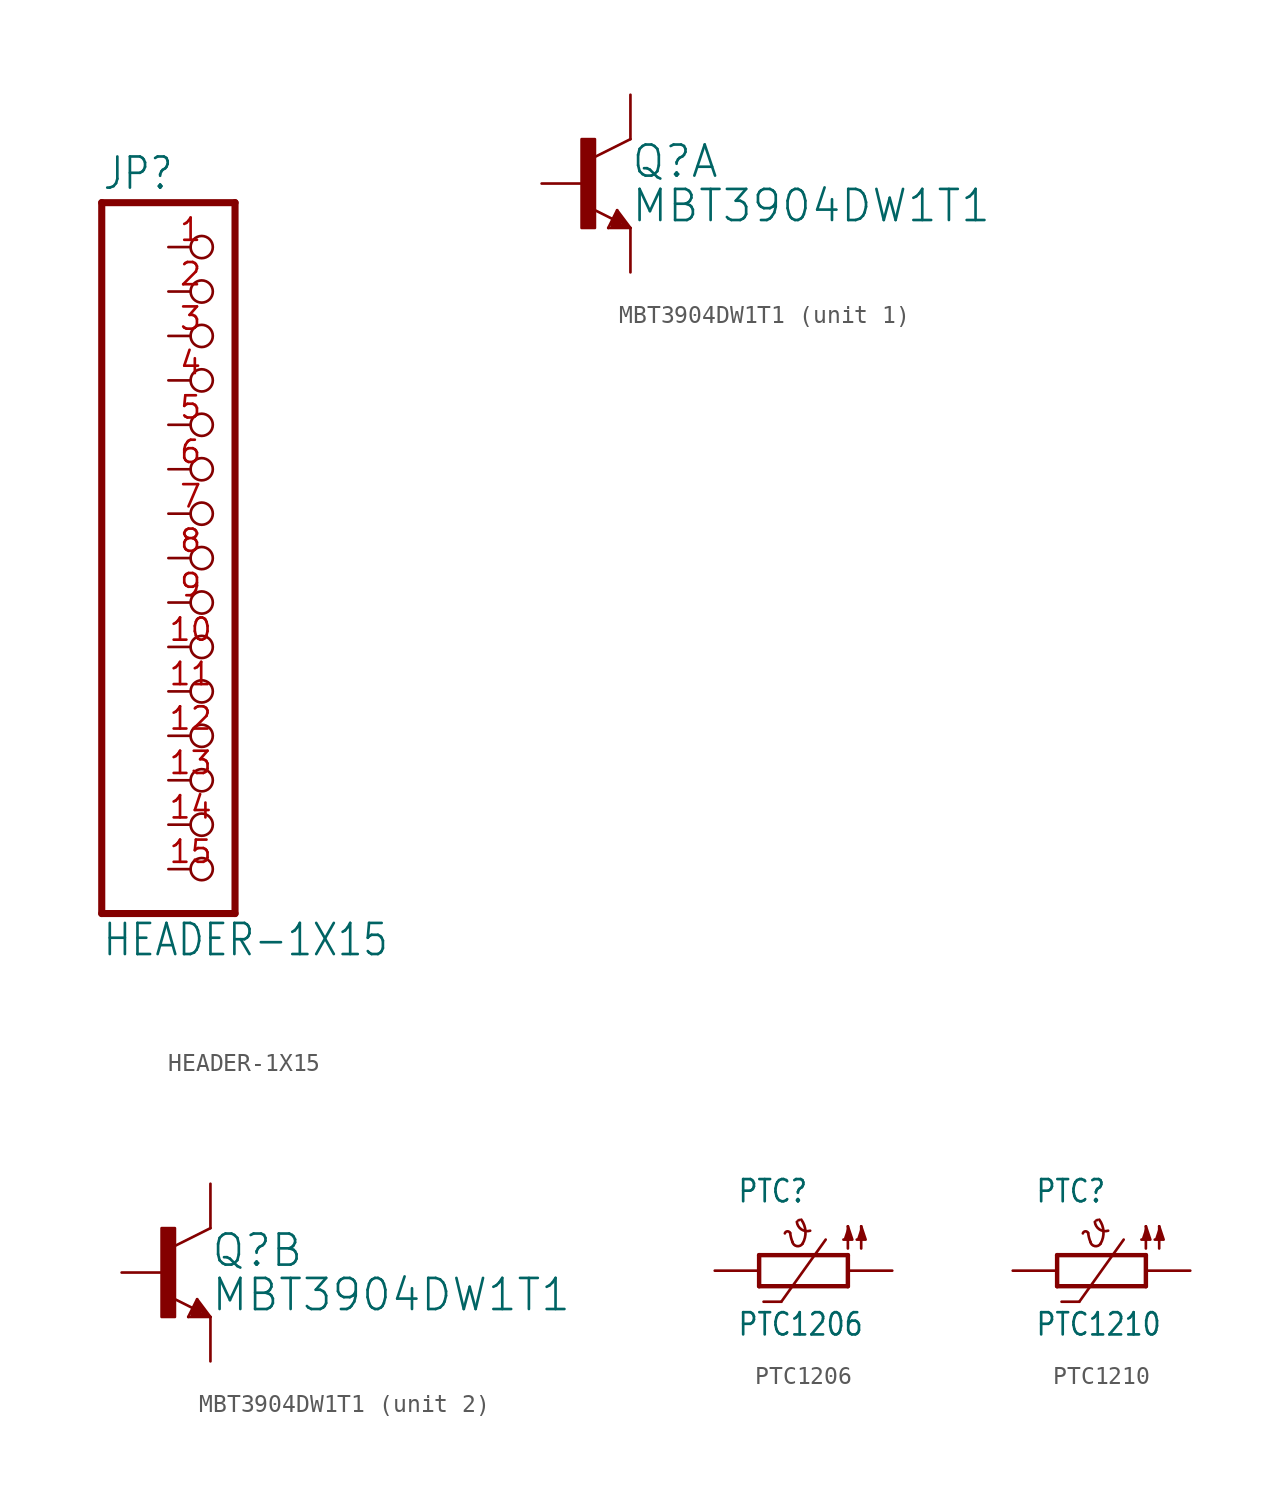
<source format=kicad_sym>
(kicad_symbol_lib
  (version 20211014)
  (generator kicad_symbol_editor)
  (symbol "HEADER-1X15"
    (property "Reference" "JP"
      (at -6.35 20.955 0)
      (effects (font (size 1.778 1.511)) (justify left bottom)))
    (property "Value" "HEADER-1X15"
      (at -6.35 -22.86 0)
      (effects (font (size 1.778 1.511)) (justify left bottom)))
    (property "ki_locked" ""
      (at 0 0 0)
      (effects (font (size 1.27 1.27))))
    (symbol "HEADER-1X15_1_0"
      (polyline (pts (xy -6.35 -20.32) (xy 1.27 -20.32)) (stroke (width 0.406) (type default) (color 0 0 0 0)) (fill (type none)))
      (polyline (pts (xy -6.35 20.32) (xy -6.35 -20.32)) (stroke (width 0.406) (type default) (color 0 0 0 0)) (fill (type none)))
      (polyline (pts (xy 1.27 -20.32) (xy 1.27 20.32)) (stroke (width 0.406) (type default) (color 0 0 0 0)) (fill (type none)))
      (polyline (pts (xy 1.27 20.32) (xy -6.35 20.32)) (stroke (width 0.406) (type default) (color 0 0 0 0)) (fill (type none)))
      (pin passive inverted (at -2.54 17.78 0) (length 2.54) (name "1" (effects (font (size 0 0)))) (number "1" (effects (font (size 1.27 1.27)))))
      (pin passive inverted (at -2.54 -5.08 0) (length 2.54) (name "10" (effects (font (size 0 0)))) (number "10" (effects (font (size 1.27 1.27)))))
      (pin passive inverted (at -2.54 -7.62 0) (length 2.54) (name "11" (effects (font (size 0 0)))) (number "11" (effects (font (size 1.27 1.27)))))
      (pin passive inverted (at -2.54 -10.16 0) (length 2.54) (name "12" (effects (font (size 0 0)))) (number "12" (effects (font (size 1.27 1.27)))))
      (pin passive inverted (at -2.54 -12.7 0) (length 2.54) (name "13" (effects (font (size 0 0)))) (number "13" (effects (font (size 1.27 1.27)))))
      (pin passive inverted (at -2.54 -15.24 0) (length 2.54) (name "14" (effects (font (size 0 0)))) (number "14" (effects (font (size 1.27 1.27)))))
      (pin passive inverted (at -2.54 -17.78 0) (length 2.54) (name "15" (effects (font (size 0 0)))) (number "15" (effects (font (size 1.27 1.27)))))
      (pin passive inverted (at -2.54 15.24 0) (length 2.54) (name "2" (effects (font (size 0 0)))) (number "2" (effects (font (size 1.27 1.27)))))
      (pin passive inverted (at -2.54 12.7 0) (length 2.54) (name "3" (effects (font (size 0 0)))) (number "3" (effects (font (size 1.27 1.27)))))
      (pin passive inverted (at -2.54 10.16 0) (length 2.54) (name "4" (effects (font (size 0 0)))) (number "4" (effects (font (size 1.27 1.27)))))
      (pin passive inverted (at -2.54 7.62 0) (length 2.54) (name "5" (effects (font (size 0 0)))) (number "5" (effects (font (size 1.27 1.27)))))
      (pin passive inverted (at -2.54 5.08 0) (length 2.54) (name "6" (effects (font (size 0 0)))) (number "6" (effects (font (size 1.27 1.27)))))
      (pin passive inverted (at -2.54 2.54 0) (length 2.54) (name "7" (effects (font (size 0 0)))) (number "7" (effects (font (size 1.27 1.27)))))
      (pin passive inverted (at -2.54 0 0) (length 2.54) (name "8" (effects (font (size 0 0)))) (number "8" (effects (font (size 1.27 1.27)))))
      (pin passive inverted (at -2.54 -2.54 0) (length 2.54) (name "9" (effects (font (size 0 0)))) (number "9" (effects (font (size 1.27 1.27)))))))
  (symbol "MBT3904DW1T1"
    (property "Reference" "Q"
      (at 2.54 1.27 0)
      (effects (font (size 1.778 1.778)) (justify left)))
    (property "Value" "MBT3904DW1T1"
      (at 2.54 -1.27 0)
      (effects (font (size 1.778 1.778)) (justify left)))
    (property "ki_locked" ""
      (at 0 0 0)
      (effects (font (size 1.27 1.27))))
    (symbol "MBT3904DW1T1_1_0"
      (rectangle (start -0.254 -2.54) (end 0.508 2.54) (stroke (width 0) (type default) (color 0 0 0 0)) (fill (type outline)))
      (polyline (pts (xy 1.27 -2.54) (xy 1.778 -1.524)) (stroke (width 0.152) (type default) (color 0 0 0 0)) (fill (type none)))
      (polyline (pts (xy 1.524 -2.413) (xy 2.286 -2.413)) (stroke (width 0.254) (type default) (color 0 0 0 0)) (fill (type none)))
      (polyline (pts (xy 1.524 -2.286) (xy 1.905 -2.286)) (stroke (width 0.254) (type default) (color 0 0 0 0)) (fill (type none)))
      (polyline (pts (xy 1.54 -2.04) (xy 0.308 -1.424)) (stroke (width 0.152) (type default) (color 0 0 0 0)) (fill (type none)))
      (polyline (pts (xy 1.778 -1.778) (xy 1.524 -2.286)) (stroke (width 0.254) (type default) (color 0 0 0 0)) (fill (type none)))
      (polyline (pts (xy 1.778 -1.524) (xy 2.54 -2.54)) (stroke (width 0.152) (type default) (color 0 0 0 0)) (fill (type none)))
      (polyline (pts (xy 1.905 -2.286) (xy 1.778 -2.032)) (stroke (width 0.254) (type default) (color 0 0 0 0)) (fill (type none)))
      (polyline (pts (xy 2.286 -2.413) (xy 1.778 -1.778)) (stroke (width 0.254) (type default) (color 0 0 0 0)) (fill (type none)))
      (polyline (pts (xy 2.54 -2.54) (xy 1.27 -2.54)) (stroke (width 0.152) (type default) (color 0 0 0 0)) (fill (type none)))
      (polyline (pts (xy 2.54 2.54) (xy 0.508 1.524)) (stroke (width 0.152) (type default) (color 0 0 0 0)) (fill (type none)))
      (pin passive line (at 2.54 5.08 270) (length 2.54) (name "C" (effects (font (size 0 0)))) (number "3" (effects (font (size 0 0)))))
      (pin passive line (at 2.54 -5.08 90) (length 2.54) (name "E" (effects (font (size 0 0)))) (number "4" (effects (font (size 0 0)))))
      (pin passive line (at -2.54 0 0) (length 2.54) (name "B" (effects (font (size 0 0)))) (number "5" (effects (font (size 0 0))))))
    (symbol "MBT3904DW1T1_2_0"
      (rectangle (start -0.254 -2.54) (end 0.508 2.54) (stroke (width 0) (type default) (color 0 0 0 0)) (fill (type outline)))
      (polyline (pts (xy 1.27 -2.54) (xy 1.778 -1.524)) (stroke (width 0.152) (type default) (color 0 0 0 0)) (fill (type none)))
      (polyline (pts (xy 1.524 -2.413) (xy 2.286 -2.413)) (stroke (width 0.254) (type default) (color 0 0 0 0)) (fill (type none)))
      (polyline (pts (xy 1.524 -2.286) (xy 1.905 -2.286)) (stroke (width 0.254) (type default) (color 0 0 0 0)) (fill (type none)))
      (polyline (pts (xy 1.54 -2.04) (xy 0.308 -1.424)) (stroke (width 0.152) (type default) (color 0 0 0 0)) (fill (type none)))
      (polyline (pts (xy 1.778 -1.778) (xy 1.524 -2.286)) (stroke (width 0.254) (type default) (color 0 0 0 0)) (fill (type none)))
      (polyline (pts (xy 1.778 -1.524) (xy 2.54 -2.54)) (stroke (width 0.152) (type default) (color 0 0 0 0)) (fill (type none)))
      (polyline (pts (xy 1.905 -2.286) (xy 1.778 -2.032)) (stroke (width 0.254) (type default) (color 0 0 0 0)) (fill (type none)))
      (polyline (pts (xy 2.286 -2.413) (xy 1.778 -1.778)) (stroke (width 0.254) (type default) (color 0 0 0 0)) (fill (type none)))
      (polyline (pts (xy 2.54 -2.54) (xy 1.27 -2.54)) (stroke (width 0.152) (type default) (color 0 0 0 0)) (fill (type none)))
      (polyline (pts (xy 2.54 2.54) (xy 0.508 1.524)) (stroke (width 0.152) (type default) (color 0 0 0 0)) (fill (type none)))
      (pin passive line (at 2.54 -5.08 90) (length 2.54) (name "E" (effects (font (size 0 0)))) (number "1" (effects (font (size 0 0)))))
      (pin passive line (at -2.54 0 0) (length 2.54) (name "B" (effects (font (size 0 0)))) (number "2" (effects (font (size 0 0)))))
      (pin passive line (at 2.54 5.08 270) (length 2.54) (name "C" (effects (font (size 0 0)))) (number "6" (effects (font (size 0 0)))))))
  (symbol "PTC1206"
    (property "Reference" "PTC"
      (at -3.81 3.81 0)
      (effects (font (size 1.27 1.079)) (justify left bottom)))
    (property "Value" "PTC1206"
      (at -3.81 -3.81 0)
      (effects (font (size 1.27 1.079)) (justify left bottom)))
    (property "ki_locked" ""
      (at 0 0 0)
      (effects (font (size 1.27 1.27))))
    (symbol "PTC1206_1_0"
      (arc (start -0.762 2.159) (mid -0.9236 2.2564) (end -1.0668 2.1336) (stroke (width 0.1524) (type default) (color 0 0 0 0)) (fill (type none)))
      (arc (start -0.762 2.159) (mid -0.7166 1.9005) (end -0.635 1.651) (stroke (width 0.1524) (type default) (color 0 0 0 0)) (fill (type none)))
      (arc (start -0.635 1.651) (mid -0.3771 1.4038) (end -0.0508 1.5494) (stroke (width 0.1524) (type default) (color 0 0 0 0)) (fill (type none)))
      (arc (start -0.381 2.794) (mid -0.1187 2.3619) (end 0.381 2.286) (stroke (width 0.1524) (type default) (color 0 0 0 0)) (fill (type none)))
      (arc (start -0.1264 2.9217) (mid -0.2986 2.9466) (end -0.3819 2.7939) (stroke (width 0.0001) (type default) (color 0 0 0 0)) (fill (type outline)))
      (arc (start -0.0508 1.5494) (mid 0.1132 2.2464) (end -0.127 2.921) (stroke (width 0.1524) (type default) (color 0 0 0 0)) (fill (type none)))
      (polyline (pts (xy -2.54 -0.889) (xy 2.54 -0.889)) (stroke (width 0.254) (type default) (color 0 0 0 0)) (fill (type none)))
      (polyline (pts (xy -2.54 0.889) (xy -2.54 -0.889)) (stroke (width 0.254) (type default) (color 0 0 0 0)) (fill (type none)))
      (polyline (pts (xy -1.27 -1.778) (xy -2.286 -1.778)) (stroke (width 0.152) (type default) (color 0 0 0 0)) (fill (type none)))
      (polyline (pts (xy 1.27 1.778) (xy -1.27 -1.778)) (stroke (width 0.152) (type default) (color 0 0 0 0)) (fill (type none)))
      (polyline (pts (xy 2.54 0.889) (xy -2.54 0.889)) (stroke (width 0.254) (type default) (color 0 0 0 0)) (fill (type none)))
      (polyline (pts (xy 2.54 0.889) (xy 2.54 -0.889)) (stroke (width 0.254) (type default) (color 0 0 0 0)) (fill (type none)))
      (polyline (pts (xy 2.54 2.54) (xy 2.54 1.27)) (stroke (width 0.152) (type default) (color 0 0 0 0)) (fill (type none)))
      (polyline (pts (xy 3.302 2.54) (xy 3.302 1.27)) (stroke (width 0.152) (type default) (color 0 0 0 0)) (fill (type none)))
      (polyline (pts (xy 2.54 2.54) (xy 2.794 1.778) (xy 2.286 1.778)) (stroke (width 0) (type default) (color 0 0 0 0)) (fill (type outline)))
      (polyline (pts (xy 3.302 2.54) (xy 3.556 1.778) (xy 3.048 1.778)) (stroke (width 0) (type default) (color 0 0 0 0)) (fill (type outline)))
      (pin passive line (at 5.08 0 180) (length 2.54) (name "1" (effects (font (size 0 0)))) (number "1" (effects (font (size 0 0)))))
      (pin passive line (at -5.08 0 0) (length 2.54) (name "2" (effects (font (size 0 0)))) (number "2" (effects (font (size 0 0)))))))
  (symbol "PTC1210"
    (property "Reference" "PTC"
      (at -3.81 3.81 0)
      (effects (font (size 1.27 1.079)) (justify left bottom)))
    (property "Value" "PTC1210"
      (at -3.81 -3.81 0)
      (effects (font (size 1.27 1.079)) (justify left bottom)))
    (property "ki_locked" ""
      (at 0 0 0)
      (effects (font (size 1.27 1.27))))
    (symbol "PTC1210_1_0"
      (arc (start -0.762 2.159) (mid -0.9236 2.2564) (end -1.0668 2.1336) (stroke (width 0.1524) (type default) (color 0 0 0 0)) (fill (type none)))
      (arc (start -0.762 2.159) (mid -0.7166 1.9005) (end -0.635 1.651) (stroke (width 0.1524) (type default) (color 0 0 0 0)) (fill (type none)))
      (arc (start -0.635 1.651) (mid -0.3771 1.4038) (end -0.0508 1.5494) (stroke (width 0.1524) (type default) (color 0 0 0 0)) (fill (type none)))
      (arc (start -0.381 2.794) (mid -0.1187 2.3619) (end 0.381 2.286) (stroke (width 0.1524) (type default) (color 0 0 0 0)) (fill (type none)))
      (arc (start -0.1264 2.9217) (mid -0.2986 2.9466) (end -0.3819 2.7939) (stroke (width 0.0001) (type default) (color 0 0 0 0)) (fill (type outline)))
      (arc (start -0.0508 1.5494) (mid 0.1132 2.2464) (end -0.127 2.921) (stroke (width 0.1524) (type default) (color 0 0 0 0)) (fill (type none)))
      (polyline (pts (xy -2.54 -0.889) (xy 2.54 -0.889)) (stroke (width 0.254) (type default) (color 0 0 0 0)) (fill (type none)))
      (polyline (pts (xy -2.54 0.889) (xy -2.54 -0.889)) (stroke (width 0.254) (type default) (color 0 0 0 0)) (fill (type none)))
      (polyline (pts (xy -1.27 -1.778) (xy -2.286 -1.778)) (stroke (width 0.152) (type default) (color 0 0 0 0)) (fill (type none)))
      (polyline (pts (xy 1.27 1.778) (xy -1.27 -1.778)) (stroke (width 0.152) (type default) (color 0 0 0 0)) (fill (type none)))
      (polyline (pts (xy 2.54 0.889) (xy -2.54 0.889)) (stroke (width 0.254) (type default) (color 0 0 0 0)) (fill (type none)))
      (polyline (pts (xy 2.54 0.889) (xy 2.54 -0.889)) (stroke (width 0.254) (type default) (color 0 0 0 0)) (fill (type none)))
      (polyline (pts (xy 2.54 2.54) (xy 2.54 1.27)) (stroke (width 0.152) (type default) (color 0 0 0 0)) (fill (type none)))
      (polyline (pts (xy 3.302 2.54) (xy 3.302 1.27)) (stroke (width 0.152) (type default) (color 0 0 0 0)) (fill (type none)))
      (polyline (pts (xy 2.54 2.54) (xy 2.794 1.778) (xy 2.286 1.778)) (stroke (width 0) (type default) (color 0 0 0 0)) (fill (type outline)))
      (polyline (pts (xy 3.302 2.54) (xy 3.556 1.778) (xy 3.048 1.778)) (stroke (width 0) (type default) (color 0 0 0 0)) (fill (type outline)))
      (pin passive line (at 5.08 0 180) (length 2.54) (name "1" (effects (font (size 0 0)))) (number "P$1" (effects (font (size 0 0)))))
      (pin passive line (at -5.08 0 0) (length 2.54) (name "2" (effects (font (size 0 0)))) (number "P$2" (effects (font (size 0 0))))))))
</source>
